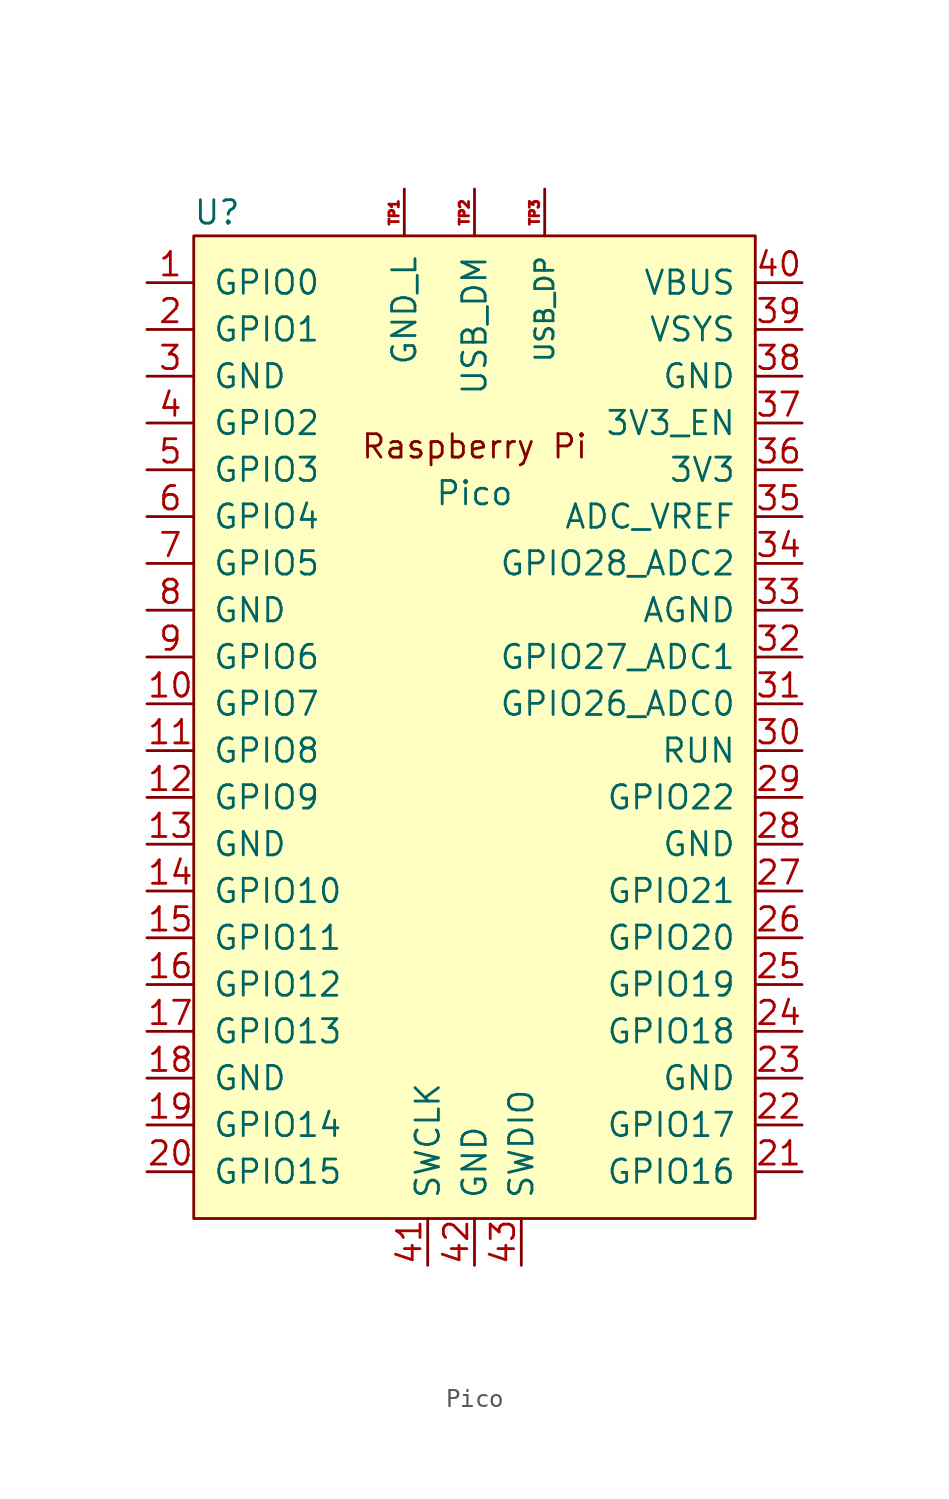
<source format=kicad_sym>
(kicad_symbol_lib
  (version 20211014)
  (generator kicad_symbol_editor)
  (symbol "Pico"
    (pin_names
      (offset 1.016))
    (property "Reference" "U"
      (at -13.97 27.94 0)
      (effects (font (size 1.27 1.27))))
    (property "Value" "Pico"
      (at 0 12.7 0)
      (effects (font (size 1.27 1.27))))
    (symbol "Pico_0_0"
      (text "Raspberry Pi" (at 0 15.24 0) (effects (font (size 1.27 1.27)))))
    (symbol "Pico_0_1"
      (rectangle (start -15.24 26.67) (end 15.24 -26.67) (stroke (width 0) (type default) (color 0 0 0 0)) (fill (type background))))
    (symbol "Pico_1_1"
      (pin bidirectional line (at -17.78 24.13 0) (length 2.54) (name "GPIO0" (effects (font (size 1.27 1.27)))) (number "1" (effects (font (size 1.27 1.27)))))
      (pin bidirectional line (at -17.78 1.27 0) (length 2.54) (name "GPIO7" (effects (font (size 1.27 1.27)))) (number "10" (effects (font (size 1.27 1.27)))))
      (pin bidirectional line (at -17.78 -1.27 0) (length 2.54) (name "GPIO8" (effects (font (size 1.27 1.27)))) (number "11" (effects (font (size 1.27 1.27)))))
      (pin bidirectional line (at -17.78 -3.81 0) (length 2.54) (name "GPIO9" (effects (font (size 1.27 1.27)))) (number "12" (effects (font (size 1.27 1.27)))))
      (pin power_in line (at -17.78 -6.35 0) (length 2.54) (name "GND" (effects (font (size 1.27 1.27)))) (number "13" (effects (font (size 1.27 1.27)))))
      (pin bidirectional line (at -17.78 -8.89 0) (length 2.54) (name "GPIO10" (effects (font (size 1.27 1.27)))) (number "14" (effects (font (size 1.27 1.27)))))
      (pin bidirectional line (at -17.78 -11.43 0) (length 2.54) (name "GPIO11" (effects (font (size 1.27 1.27)))) (number "15" (effects (font (size 1.27 1.27)))))
      (pin bidirectional line (at -17.78 -13.97 0) (length 2.54) (name "GPIO12" (effects (font (size 1.27 1.27)))) (number "16" (effects (font (size 1.27 1.27)))))
      (pin bidirectional line (at -17.78 -16.51 0) (length 2.54) (name "GPIO13" (effects (font (size 1.27 1.27)))) (number "17" (effects (font (size 1.27 1.27)))))
      (pin power_in line (at -17.78 -19.05 0) (length 2.54) (name "GND" (effects (font (size 1.27 1.27)))) (number "18" (effects (font (size 1.27 1.27)))))
      (pin bidirectional line (at -17.78 -21.59 0) (length 2.54) (name "GPIO14" (effects (font (size 1.27 1.27)))) (number "19" (effects (font (size 1.27 1.27)))))
      (pin bidirectional line (at -17.78 21.59 0) (length 2.54) (name "GPIO1" (effects (font (size 1.27 1.27)))) (number "2" (effects (font (size 1.27 1.27)))))
      (pin bidirectional line (at -17.78 -24.13 0) (length 2.54) (name "GPIO15" (effects (font (size 1.27 1.27)))) (number "20" (effects (font (size 1.27 1.27)))))
      (pin bidirectional line (at 17.78 -24.13 180) (length 2.54) (name "GPIO16" (effects (font (size 1.27 1.27)))) (number "21" (effects (font (size 1.27 1.27)))))
      (pin bidirectional line (at 17.78 -21.59 180) (length 2.54) (name "GPIO17" (effects (font (size 1.27 1.27)))) (number "22" (effects (font (size 1.27 1.27)))))
      (pin power_in line (at 17.78 -19.05 180) (length 2.54) (name "GND" (effects (font (size 1.27 1.27)))) (number "23" (effects (font (size 1.27 1.27)))))
      (pin bidirectional line (at 17.78 -16.51 180) (length 2.54) (name "GPIO18" (effects (font (size 1.27 1.27)))) (number "24" (effects (font (size 1.27 1.27)))))
      (pin bidirectional line (at 17.78 -13.97 180) (length 2.54) (name "GPIO19" (effects (font (size 1.27 1.27)))) (number "25" (effects (font (size 1.27 1.27)))))
      (pin bidirectional line (at 17.78 -11.43 180) (length 2.54) (name "GPIO20" (effects (font (size 1.27 1.27)))) (number "26" (effects (font (size 1.27 1.27)))))
      (pin bidirectional line (at 17.78 -8.89 180) (length 2.54) (name "GPIO21" (effects (font (size 1.27 1.27)))) (number "27" (effects (font (size 1.27 1.27)))))
      (pin power_in line (at 17.78 -6.35 180) (length 2.54) (name "GND" (effects (font (size 1.27 1.27)))) (number "28" (effects (font (size 1.27 1.27)))))
      (pin bidirectional line (at 17.78 -3.81 180) (length 2.54) (name "GPIO22" (effects (font (size 1.27 1.27)))) (number "29" (effects (font (size 1.27 1.27)))))
      (pin power_in line (at -17.78 19.05 0) (length 2.54) (name "GND" (effects (font (size 1.27 1.27)))) (number "3" (effects (font (size 1.27 1.27)))))
      (pin input line (at 17.78 -1.27 180) (length 2.54) (name "RUN" (effects (font (size 1.27 1.27)))) (number "30" (effects (font (size 1.27 1.27)))))
      (pin bidirectional line (at 17.78 1.27 180) (length 2.54) (name "GPIO26_ADC0" (effects (font (size 1.27 1.27)))) (number "31" (effects (font (size 1.27 1.27)))))
      (pin bidirectional line (at 17.78 3.81 180) (length 2.54) (name "GPIO27_ADC1" (effects (font (size 1.27 1.27)))) (number "32" (effects (font (size 1.27 1.27)))))
      (pin power_in line (at 17.78 6.35 180) (length 2.54) (name "AGND" (effects (font (size 1.27 1.27)))) (number "33" (effects (font (size 1.27 1.27)))))
      (pin bidirectional line (at 17.78 8.89 180) (length 2.54) (name "GPIO28_ADC2" (effects (font (size 1.27 1.27)))) (number "34" (effects (font (size 1.27 1.27)))))
      (pin unspecified line (at 17.78 11.43 180) (length 2.54) (name "ADC_VREF" (effects (font (size 1.27 1.27)))) (number "35" (effects (font (size 1.27 1.27)))))
      (pin unspecified line (at 17.78 13.97 180) (length 2.54) (name "3V3" (effects (font (size 1.27 1.27)))) (number "36" (effects (font (size 1.27 1.27)))))
      (pin input line (at 17.78 16.51 180) (length 2.54) (name "3V3_EN" (effects (font (size 1.27 1.27)))) (number "37" (effects (font (size 1.27 1.27)))))
      (pin bidirectional line (at 17.78 19.05 180) (length 2.54) (name "GND" (effects (font (size 1.27 1.27)))) (number "38" (effects (font (size 1.27 1.27)))))
      (pin unspecified line (at 17.78 21.59 180) (length 2.54) (name "VSYS" (effects (font (size 1.27 1.27)))) (number "39" (effects (font (size 1.27 1.27)))))
      (pin bidirectional line (at -17.78 16.51 0) (length 2.54) (name "GPIO2" (effects (font (size 1.27 1.27)))) (number "4" (effects (font (size 1.27 1.27)))))
      (pin unspecified line (at 17.78 24.13 180) (length 2.54) (name "VBUS" (effects (font (size 1.27 1.27)))) (number "40" (effects (font (size 1.27 1.27)))))
      (pin input line (at -2.54 -29.21 90) (length 2.54) (name "SWCLK" (effects (font (size 1.27 1.27)))) (number "41" (effects (font (size 1.27 1.27)))))
      (pin power_in line (at 0 -29.21 90) (length 2.54) (name "GND" (effects (font (size 1.27 1.27)))) (number "42" (effects (font (size 1.27 1.27)))))
      (pin bidirectional line (at 2.54 -29.21 90) (length 2.54) (name "SWDIO" (effects (font (size 1.27 1.27)))) (number "43" (effects (font (size 1.27 1.27)))))
      (pin bidirectional line (at -17.78 13.97 0) (length 2.54) (name "GPIO3" (effects (font (size 1.27 1.27)))) (number "5" (effects (font (size 1.27 1.27)))))
      (pin bidirectional line (at -17.78 11.43 0) (length 2.54) (name "GPIO4" (effects (font (size 1.27 1.27)))) (number "6" (effects (font (size 1.27 1.27)))))
      (pin bidirectional line (at -17.78 8.89 0) (length 2.54) (name "GPIO5" (effects (font (size 1.27 1.27)))) (number "7" (effects (font (size 1.27 1.27)))))
      (pin power_in line (at -17.78 6.35 0) (length 2.54) (name "GND" (effects (font (size 1.27 1.27)))) (number "8" (effects (font (size 1.27 1.27)))))
      (pin bidirectional line (at -17.78 3.81 0) (length 2.54) (name "GPIO6" (effects (font (size 1.27 1.27)))) (number "9" (effects (font (size 1.27 1.27)))))
      (pin bidirectional line (at -3.81 29.21 270) (length 2.54) (name "GND_L" (effects (font (size 1.27 1.27)))) (number "TP1" (effects (font (size 0.508 0.508)))))
      (pin bidirectional line (at 0 29.21 270) (length 2.54) (name "USB_DM" (effects (font (size 1.27 1.27)))) (number "TP2" (effects (font (size 0.508 0.508)))))
      (pin bidirectional line (at 3.81 29.21 270) (length 2.54) (name "USB_DP" (effects (font (size 0.991 0.991)))) (number "TP3" (effects (font (size 0.508 0.508))))))))
</source>
